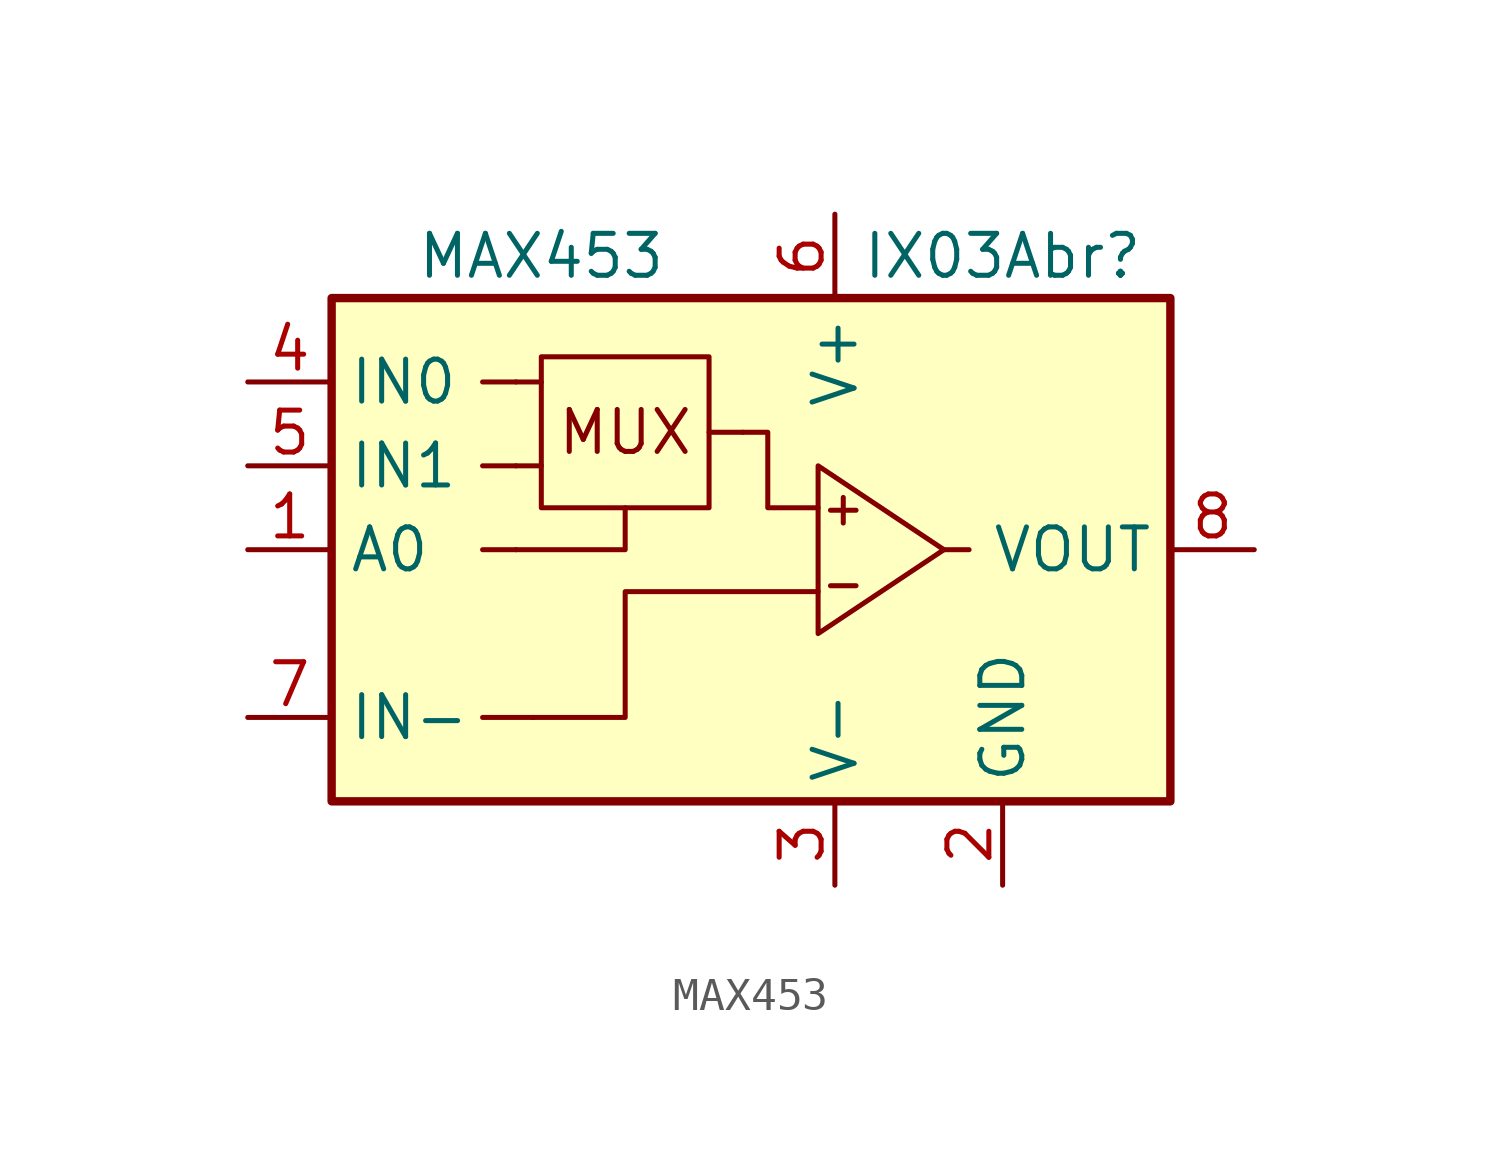
<source format=kicad_sym>
(kicad_symbol_lib
  (version 20201005)
  (generator kicad_symbol_editor)
  (symbol "Amplifier_Video:MAX453"
    (property "Reference" "IX03Abr"
      (at 7.62 8.89 0)
      (effects (font (size 1.27 1.27))))
    (property "Value" "MAX453"
      (at -6.35 8.89 0)
      (effects (font (size 1.27 1.27))))
    (symbol "MAX453_0_0"
      (text "+" (at 2.794 1.27 0) (effects (font (size 1.016 1.016))))
      (text "-" (at 2.794 -1.016 0) (effects (font (size 1.016 1.016))))
      (text "MUX" (at -3.81 3.556 0) (effects (font (size 1.27 1.27))))
      (rectangle (start -12.7 7.62) (end 12.7 -7.62) (stroke (width 0.254)) (fill (type background)))
      (rectangle (start -6.35 5.842) (end -1.27 1.27) (stroke (width 0)) (fill (type none)))
      (polyline (pts (xy -6.35 2.54) (xy -7.112 2.54)) (stroke (width 0)) (fill (type none)))
      (polyline (pts (xy -6.35 5.08) (xy -7.112 5.08)) (stroke (width 0)) (fill (type none)))
      (polyline (pts (xy -1.27 3.556) (xy -0.254 3.556)) (stroke (width 0)) (fill (type none)))
      (polyline (pts (xy -3.81 1.27) (xy -3.81 0) (xy -7.112 0)) (stroke (width 0)) (fill (type none)))
      (polyline (pts (xy 2.032 1.27) (xy 0.508 1.27) (xy 0.508 3.556) (xy -0.254 3.556)) (stroke (width 0)) (fill (type none)))
      (polyline (pts (xy 5.842 0) (xy 2.032 2.54) (xy 2.032 -2.54) (xy 5.842 0)) (stroke (width 0)) (fill (type none)))
      (polyline (pts (xy 2.032 -1.27) (xy 0.508 -1.27) (xy -3.81 -1.27) (xy -3.81 -5.08) (xy -6.604 -5.08)) (stroke (width 0)) (fill (type none))))
    (symbol "MAX453_0_1"
      (polyline (pts (xy -8.128 2.54) (xy -7.112 2.54)) (stroke (width 0)) (fill (type none)))
      (polyline (pts (xy -7.112 0) (xy -8.128 0)) (stroke (width 0)) (fill (type none)))
      (polyline (pts (xy -7.112 5.08) (xy -8.128 5.08)) (stroke (width 0)) (fill (type none)))
      (polyline (pts (xy -6.604 -5.08) (xy -8.128 -5.08)) (stroke (width 0)) (fill (type none)))
      (polyline (pts (xy 5.842 0) (xy 6.604 0)) (stroke (width 0)) (fill (type none))))
    (symbol "MAX453_1_1"
      (pin input line (at -15.24 0 0) (length 2.54) (name "A0" (effects (font (size 1.27 1.27)))) (number "1" (effects (font (size 1.27 1.27)))))
      (pin power_in line (at 7.62 -10.16 90) (length 2.54) (name "GND" (effects (font (size 1.27 1.27)))) (number "2" (effects (font (size 1.27 1.27)))))
      (pin power_in line (at 2.54 -10.16 90) (length 2.54) (name "V-" (effects (font (size 1.27 1.27)))) (number "3" (effects (font (size 1.27 1.27)))))
      (pin input line (at -15.24 5.08 0) (length 2.54) (name "IN0" (effects (font (size 1.27 1.27)))) (number "4" (effects (font (size 1.27 1.27)))))
      (pin input line (at -15.24 2.54 0) (length 2.54) (name "IN1" (effects (font (size 1.27 1.27)))) (number "5" (effects (font (size 1.27 1.27)))))
      (pin power_in line (at 2.54 10.16 270) (length 2.54) (name "V+" (effects (font (size 1.27 1.27)))) (number "6" (effects (font (size 1.27 1.27)))))
      (pin input line (at -15.24 -5.08 0) (length 2.54) (name "IN-" (effects (font (size 1.27 1.27)))) (number "7" (effects (font (size 1.27 1.27)))))
      (pin output line (at 15.24 0 180) (length 2.54) (name "VOUT" (effects (font (size 1.27 1.27)))) (number "8" (effects (font (size 1.27 1.27))))))))
</source>
